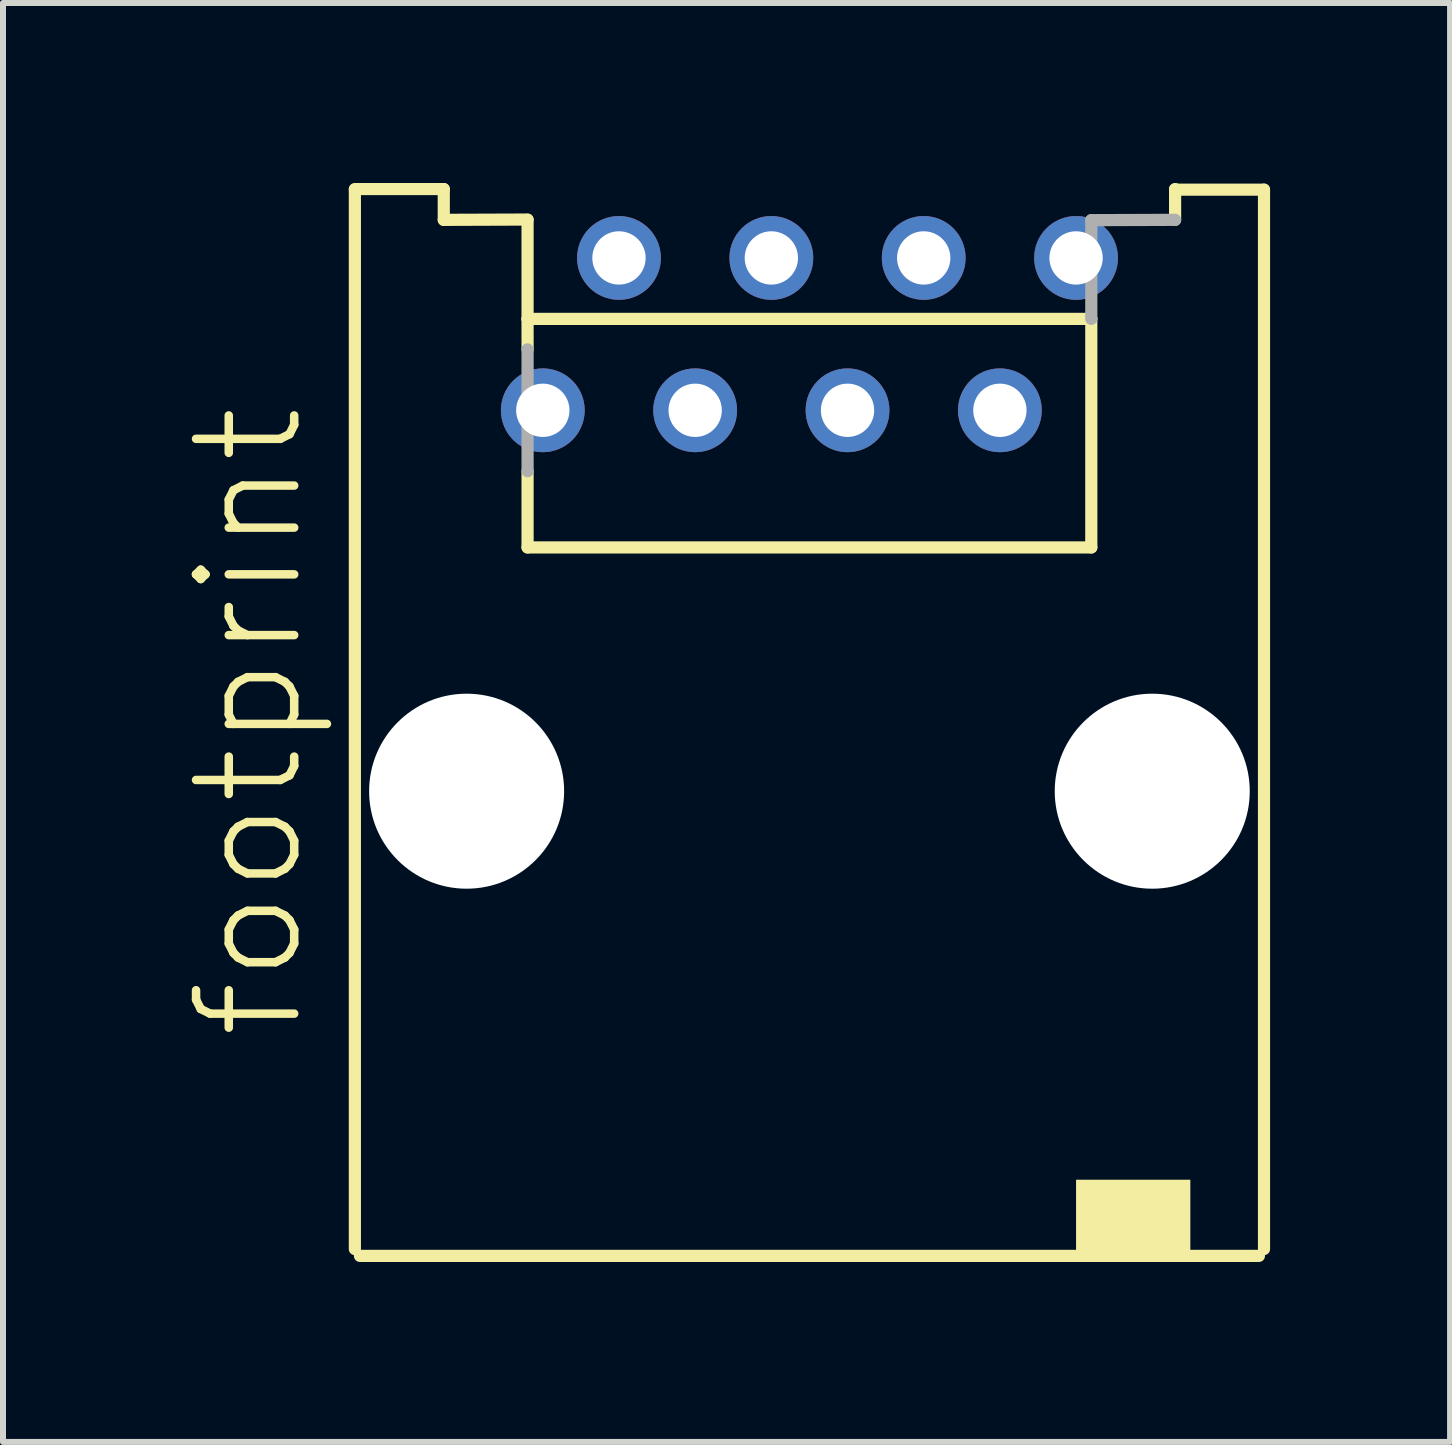
<source format=kicad_pcb>
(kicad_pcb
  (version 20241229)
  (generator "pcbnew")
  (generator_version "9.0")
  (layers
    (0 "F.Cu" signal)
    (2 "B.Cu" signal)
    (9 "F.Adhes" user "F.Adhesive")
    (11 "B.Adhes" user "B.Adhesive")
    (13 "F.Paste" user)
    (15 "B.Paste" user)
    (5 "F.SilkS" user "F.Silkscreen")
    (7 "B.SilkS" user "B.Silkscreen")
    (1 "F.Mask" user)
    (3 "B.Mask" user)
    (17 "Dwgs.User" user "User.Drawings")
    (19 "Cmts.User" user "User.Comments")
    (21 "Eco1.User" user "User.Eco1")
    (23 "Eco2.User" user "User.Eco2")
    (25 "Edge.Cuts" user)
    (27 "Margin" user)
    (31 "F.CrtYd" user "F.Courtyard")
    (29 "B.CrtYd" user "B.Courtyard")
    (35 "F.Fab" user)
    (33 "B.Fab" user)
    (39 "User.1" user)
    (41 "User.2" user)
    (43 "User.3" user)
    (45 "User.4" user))
  (footprint "footprint"
    (layer "F.Cu")
    (at 10.444 10.14)
    (property "Reference" "footprint" (at -8.382 4.191 90) (layer "F.SilkS") (effects (font (size 1.636 1.636) (thickness 0.142)) (justify left bottom)))
    (fp_line (start -7.578 7.633) (end -7.578 -10.028) (stroke (width 0.203) (type solid)) (layer "F.SilkS"))
    (fp_line (start -6.096 -10.038) (end -7.578 -10.038) (stroke (width 0.203) (type solid)) (layer "F.SilkS"))
    (fp_line (start -6.096 -9.525) (end -6.096 -10.038) (stroke (width 0.203) (type solid)) (layer "F.SilkS"))
    (fp_line (start -4.699 -9.53) (end -6.096 -9.525) (stroke (width 0.203) (type solid)) (layer "F.SilkS"))
    (fp_line (start -4.699 -9.525) (end -4.699 -7.874) (stroke (width 0.203) (type solid)) (layer "F.SilkS"))
    (fp_line (start -4.699 -7.874) (end -4.699 -7.366) (stroke (width 0.203) (type solid)) (layer "F.SilkS"))
    (fp_line (start -4.699 -7.874) (end 4.699 -7.874) (stroke (width 0.203) (type solid)) (layer "F.SilkS"))
    (fp_line (start -4.699 -5.334) (end -4.699 -4.064) (stroke (width 0.203) (type solid)) (layer "F.SilkS"))
    (fp_line (start -4.699 -4.064) (end 4.699 -4.064) (stroke (width 0.203) (type solid)) (layer "F.SilkS"))
    (fp_line (start 4.699 -7.874) (end 4.699 -4.064) (stroke (width 0.203) (type solid)) (layer "F.SilkS"))
    (fp_line (start 6.096 -10.028) (end 6.096 -10.038) (stroke (width 0.203) (type solid)) (layer "F.SilkS"))
    (fp_line (start 6.096 -10.028) (end 7.578 -10.028) (stroke (width 0.203) (type solid)) (layer "F.SilkS"))
    (fp_line (start 6.096 -9.525) (end 6.096 -10.028) (stroke (width 0.203) (type solid)) (layer "F.SilkS"))
    (fp_line (start 7.493 7.747) (end -7.493 7.747) (stroke (width 0.203) (type solid)) (layer "F.SilkS"))
    (fp_line (start 7.578 -10.028) (end 7.578 7.633) (stroke (width 0.203) (type solid)) (layer "F.SilkS"))
    (fp_poly (pts (xy 4.445 7.747) (xy 6.35 7.747) (xy 6.35 6.477) (xy 4.445 6.477)) (stroke (width 0) (type solid)) (fill yes) (layer "F.SilkS"))
    (fp_line (start -4.699 -7.366) (end -4.699 -5.334) (stroke (width 0.203) (type solid)) (layer "F.Fab"))
    (fp_line (start 4.699 -9.52) (end 4.699 -7.874) (stroke (width 0.203) (type solid)) (layer "F.Fab"))
    (fp_line (start 4.699 -9.52) (end 6.096 -9.525) (stroke (width 0.203) (type solid)) (layer "F.Fab"))
    (pad "" np_thru_hole circle (at -5.715 0) (size 3.251 3.251) (drill 3.251) (layers "*.Cu" "*.Mask"))
    (pad "" np_thru_hole circle (at 5.715 0) (size 3.251 3.251) (drill 3.251) (layers "*.Cu" "*.Mask"))
    (pad "1" thru_hole circle (at -4.445 -6.35) (size 1.397 1.397) (drill 0.889) (layers "*.Cu" "*.Mask"))
    (pad "2" thru_hole circle (at -3.175 -8.89) (size 1.397 1.397) (drill 0.889) (layers "*.Cu" "*.Mask"))
    (pad "3" thru_hole circle (at -1.905 -6.35) (size 1.397 1.397) (drill 0.889) (layers "*.Cu" "*.Mask"))
    (pad "4" thru_hole circle (at -0.635 -8.89) (size 1.397 1.397) (drill 0.889) (layers "*.Cu" "*.Mask"))
    (pad "5" thru_hole circle (at 0.635 -6.35) (size 1.397 1.397) (drill 0.889) (layers "*.Cu" "*.Mask"))
    (pad "6" thru_hole circle (at 1.905 -8.89) (size 1.397 1.397) (drill 0.889) (layers "*.Cu" "*.Mask"))
    (pad "7" thru_hole circle (at 3.175 -6.35) (size 1.397 1.397) (drill 0.889) (layers "*.Cu" "*.Mask"))
    (pad "8" thru_hole circle (at 4.445 -8.89) (size 1.397 1.397) (drill 0.889) (layers "*.Cu" "*.Mask")))
  (gr_rect
    (start -3 -3)
    (end 21.124 20.988)
    (stroke (width 0.1) (type default))
    (fill no)
    (layer "Edge.Cuts")))
</source>
